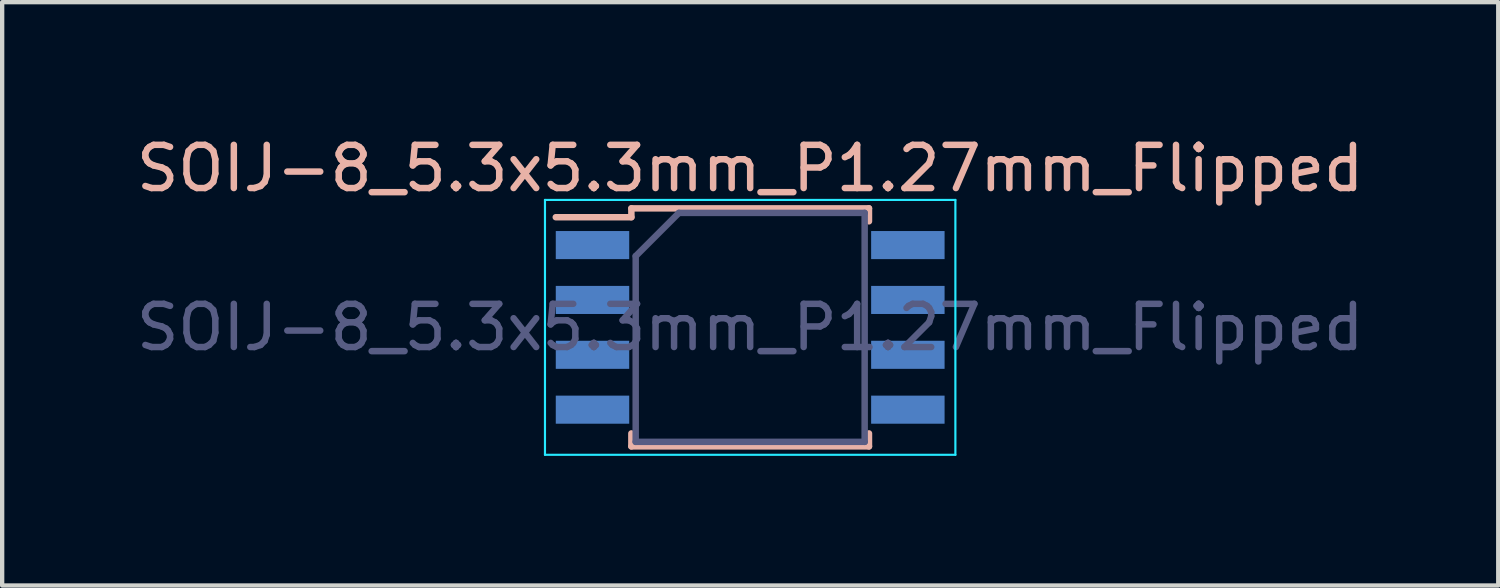
<source format=kicad_pcb>
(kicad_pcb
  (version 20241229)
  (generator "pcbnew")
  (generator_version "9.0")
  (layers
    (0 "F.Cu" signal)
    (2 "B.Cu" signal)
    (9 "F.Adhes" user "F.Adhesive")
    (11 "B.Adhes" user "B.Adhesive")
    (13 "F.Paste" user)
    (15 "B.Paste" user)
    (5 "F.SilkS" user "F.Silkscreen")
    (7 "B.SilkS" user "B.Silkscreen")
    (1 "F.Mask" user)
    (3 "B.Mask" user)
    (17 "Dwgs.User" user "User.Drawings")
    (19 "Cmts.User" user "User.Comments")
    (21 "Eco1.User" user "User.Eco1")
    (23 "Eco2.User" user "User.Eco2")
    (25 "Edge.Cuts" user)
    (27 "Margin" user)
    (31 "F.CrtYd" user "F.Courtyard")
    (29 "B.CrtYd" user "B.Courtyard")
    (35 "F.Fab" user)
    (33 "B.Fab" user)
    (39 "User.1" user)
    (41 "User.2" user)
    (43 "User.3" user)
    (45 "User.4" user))
  (footprint "SOIJ-8_5.3x5.3mm_P1.27mm_Flipped"
    (layer "F.Cu")
    (at 14.315 4.528)
    (property "Reference" "SOIJ-8_5.3x5.3mm_P1.27mm_Flipped" (at 0 -3.68 0) (layer "B.SilkS") (effects (font (size 1 1) (thickness 0.15))))
    (attr smd)
    (fp_line (start -2.75 -2.755) (end -2.75 -2.55) (stroke (width 0.15) (type solid)) (layer "B.SilkS"))
    (fp_line (start -2.75 -2.755) (end 2.75 -2.755) (stroke (width 0.15) (type solid)) (layer "B.SilkS"))
    (fp_line (start -2.75 -2.55) (end -4.5 -2.55) (stroke (width 0.15) (type solid)) (layer "B.SilkS"))
    (fp_line (start -2.75 2.755) (end -2.75 2.455) (stroke (width 0.15) (type solid)) (layer "B.SilkS"))
    (fp_line (start -2.75 2.755) (end 2.75 2.755) (stroke (width 0.15) (type solid)) (layer "B.SilkS"))
    (fp_line (start 2.75 -2.755) (end 2.75 -2.455) (stroke (width 0.15) (type solid)) (layer "B.SilkS"))
    (fp_line (start 2.75 2.755) (end 2.75 2.455) (stroke (width 0.15) (type solid)) (layer "B.SilkS"))
    (fp_line (start -4.75 -2.95) (end -4.75 2.95) (stroke (width 0.05) (type solid)) (layer "B.CrtYd"))
    (fp_line (start -4.75 -2.95) (end 4.75 -2.95) (stroke (width 0.05) (type solid)) (layer "B.CrtYd"))
    (fp_line (start -4.75 2.95) (end 4.75 2.95) (stroke (width 0.05) (type solid)) (layer "B.CrtYd"))
    (fp_line (start 4.75 -2.95) (end 4.75 2.95) (stroke (width 0.05) (type solid)) (layer "B.CrtYd"))
    (fp_line (start -2.65 -1.65) (end -1.65 -2.65) (stroke (width 0.15) (type solid)) (layer "B.Fab"))
    (fp_line (start -2.65 2.65) (end -2.65 -1.65) (stroke (width 0.15) (type solid)) (layer "B.Fab"))
    (fp_line (start -1.65 -2.65) (end 2.65 -2.65) (stroke (width 0.15) (type solid)) (layer "B.Fab"))
    (fp_line (start 2.65 -2.65) (end 2.65 2.65) (stroke (width 0.15) (type solid)) (layer "B.Fab"))
    (fp_line (start 2.65 2.65) (end -2.65 2.65) (stroke (width 0.15) (type solid)) (layer "B.Fab"))
    (fp_text user "${REFERENCE}" (at 0 0 0) (layer "B.Fab") (effects (font (size 1 1) (thickness 0.15))))
    (pad "1" smd rect (at -3.65 -1.905) (size 1.7 0.65) (layers "B.Cu" "B.Mask" "B.Paste"))
    (pad "2" smd rect (at -3.65 -0.635) (size 1.7 0.65) (layers "B.Cu" "B.Mask" "B.Paste"))
    (pad "3" smd rect (at -3.65 0.635) (size 1.7 0.65) (layers "B.Cu" "B.Mask" "B.Paste"))
    (pad "4" smd rect (at -3.65 1.905) (size 1.7 0.65) (layers "B.Cu" "B.Mask" "B.Paste"))
    (pad "5" smd rect (at 3.65 1.905) (size 1.7 0.65) (layers "B.Cu" "B.Mask" "B.Paste"))
    (pad "6" smd rect (at 3.65 0.635) (size 1.7 0.65) (layers "B.Cu" "B.Mask" "B.Paste"))
    (pad "7" smd rect (at 3.65 -0.635) (size 1.7 0.65) (layers "B.Cu" "B.Mask" "B.Paste"))
    (pad "8" smd rect (at 3.65 -1.905) (size 1.7 0.65) (layers "B.Cu" "B.Mask" "B.Paste")))
  (gr_rect
    (start -3 -3)
    (end 31.631 10.503)
    (stroke (width 0.1) (type default))
    (fill no)
    (layer "Edge.Cuts")))
</source>
